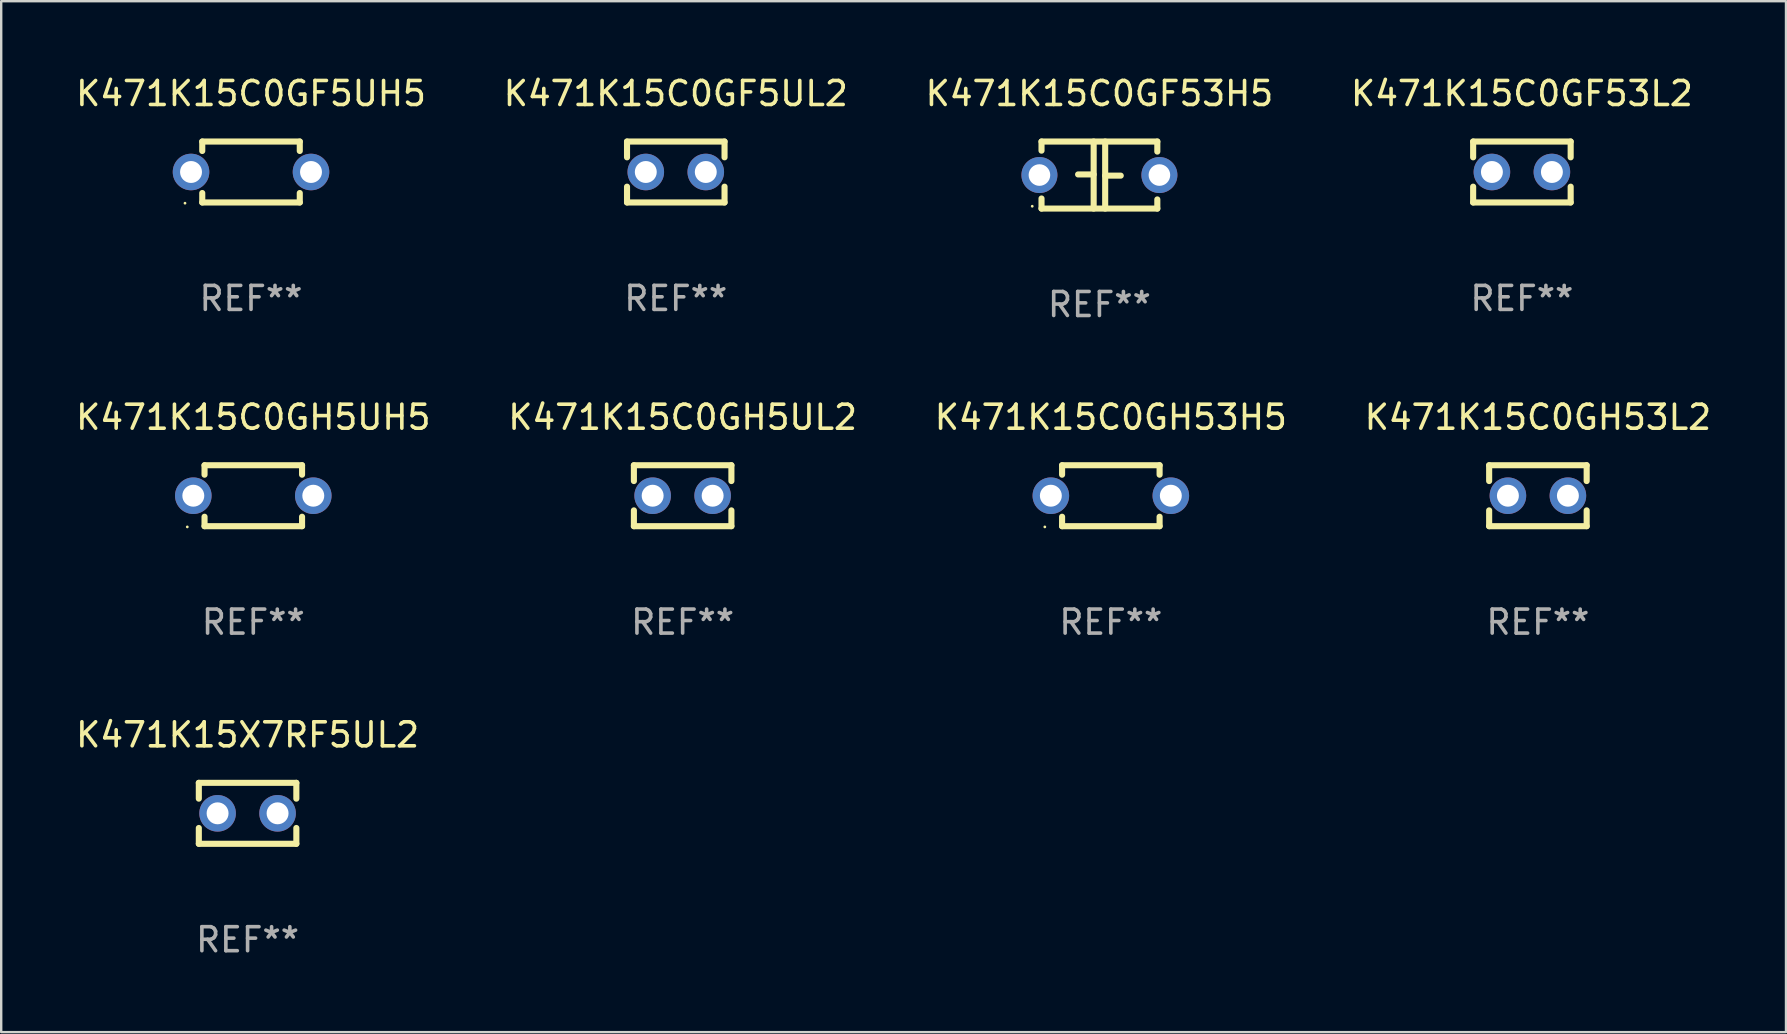
<source format=kicad_pcb>
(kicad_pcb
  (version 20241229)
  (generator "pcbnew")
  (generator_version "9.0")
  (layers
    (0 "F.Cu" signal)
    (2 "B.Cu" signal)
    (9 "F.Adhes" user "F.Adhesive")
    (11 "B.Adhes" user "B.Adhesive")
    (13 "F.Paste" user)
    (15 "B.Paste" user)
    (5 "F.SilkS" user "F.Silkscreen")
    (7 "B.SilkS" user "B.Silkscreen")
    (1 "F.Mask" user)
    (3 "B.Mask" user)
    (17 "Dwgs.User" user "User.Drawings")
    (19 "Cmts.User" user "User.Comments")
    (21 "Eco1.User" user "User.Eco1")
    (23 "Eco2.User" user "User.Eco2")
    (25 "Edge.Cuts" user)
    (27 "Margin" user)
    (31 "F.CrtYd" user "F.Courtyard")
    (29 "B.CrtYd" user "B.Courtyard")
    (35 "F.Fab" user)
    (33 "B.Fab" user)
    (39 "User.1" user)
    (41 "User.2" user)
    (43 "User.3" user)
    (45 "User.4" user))
  (footprint "K471K15C0GF53L2"
    (layer "F.Cu")
    (at 60.375 4.118)
    (property "Reference" "K471K15C0GF53L2" (at 0 -3.27 0) (layer "F.SilkS") (effects (font (size 1 1) (thickness 0.15))))
    (attr through_hole)
    (fp_line (start -2.032 -1.27) (end -2.032 -0.611) (stroke (width 0.254) (type solid)) (layer "F.SilkS"))
    (fp_line (start -2.032 0.611) (end -2.032 1.27) (stroke (width 0.254) (type solid)) (layer "F.SilkS"))
    (fp_line (start -2.032 1.27) (end 2.032 1.27) (stroke (width 0.254) (type solid)) (layer "F.SilkS"))
    (fp_line (start 2.032 -1.27) (end -2.032 -1.27) (stroke (width 0.254) (type solid)) (layer "F.SilkS"))
    (fp_line (start 2.032 -0.611) (end 2.032 -1.27) (stroke (width 0.254) (type solid)) (layer "F.SilkS"))
    (fp_line (start 2.032 1.27) (end 2.032 0.611) (stroke (width 0.254) (type solid)) (layer "F.SilkS"))
    (fp_circle (center -2 1.3) (end -1.97 1.3) (stroke (width 0.06) (type solid)) (fill no) (layer "F.SilkS"))
    (fp_text user "REF**" (at 0 5.27 0) (layer "F.Fab") (effects (font (size 1 1) (thickness 0.15))))
    (pad "1" thru_hole circle (at -1.25 0) (size 1.524 1.524) (drill 0.914) (layers "*.Cu" "*.Mask"))
    (pad "2" thru_hole circle (at 1.25 0) (size 1.524 1.524) (drill 0.914) (layers "*.Cu" "*.Mask")))
  (footprint "K471K15C0GF5UH5"
    (layer "F.Cu")
    (at 7.411 4.118)
    (property "Reference" "K471K15C0GF5UH5" (at 0 -3.27 0) (layer "F.SilkS") (effects (font (size 1 1) (thickness 0.15))))
    (attr through_hole)
    (fp_line (start -2.032 -1.27) (end -2.032 -0.876) (stroke (width 0.254) (type solid)) (layer "F.SilkS"))
    (fp_line (start -2.032 0.876) (end -2.032 1.27) (stroke (width 0.254) (type solid)) (layer "F.SilkS"))
    (fp_line (start -2.032 1.27) (end 2.032 1.27) (stroke (width 0.254) (type solid)) (layer "F.SilkS"))
    (fp_line (start 2.032 -1.27) (end -2.032 -1.27) (stroke (width 0.254) (type solid)) (layer "F.SilkS"))
    (fp_line (start 2.032 -0.876) (end 2.032 -1.27) (stroke (width 0.254) (type solid)) (layer "F.SilkS"))
    (fp_line (start 2.032 1.27) (end 2.032 0.876) (stroke (width 0.254) (type solid)) (layer "F.SilkS"))
    (fp_circle (center -2.751 1.3) (end -2.721 1.3) (stroke (width 0.06) (type solid)) (fill no) (layer "F.SilkS"))
    (fp_text user "REF**" (at 0 5.27 0) (layer "F.Fab") (effects (font (size 1 1) (thickness 0.15))))
    (pad "1" thru_hole circle (at -2.5 0) (size 1.524 1.524) (drill 0.914) (layers "*.Cu" "*.Mask"))
    (pad "2" thru_hole circle (at 2.5 0) (size 1.524 1.524) (drill 0.914) (layers "*.Cu" "*.Mask")))
  (footprint "K471K15C0GH53L2"
    (layer "F.Cu")
    (at 61.042 17.609)
    (property "Reference" "K471K15C0GH53L2" (at 0 -3.27 0) (layer "F.SilkS") (effects (font (size 1 1) (thickness 0.15))))
    (attr through_hole)
    (fp_line (start -2.032 -1.27) (end -2.032 -0.611) (stroke (width 0.254) (type solid)) (layer "F.SilkS"))
    (fp_line (start -2.032 0.611) (end -2.032 1.27) (stroke (width 0.254) (type solid)) (layer "F.SilkS"))
    (fp_line (start -2.032 1.27) (end 2.032 1.27) (stroke (width 0.254) (type solid)) (layer "F.SilkS"))
    (fp_line (start 2.032 -1.27) (end -2.032 -1.27) (stroke (width 0.254) (type solid)) (layer "F.SilkS"))
    (fp_line (start 2.032 -0.611) (end 2.032 -1.27) (stroke (width 0.254) (type solid)) (layer "F.SilkS"))
    (fp_line (start 2.032 1.27) (end 2.032 0.611) (stroke (width 0.254) (type solid)) (layer "F.SilkS"))
    (fp_circle (center -2 1.3) (end -1.97 1.3) (stroke (width 0.06) (type solid)) (fill no) (layer "F.SilkS"))
    (fp_text user "REF**" (at 0 5.27 0) (layer "F.Fab") (effects (font (size 1 1) (thickness 0.15))))
    (pad "1" thru_hole circle (at -1.25 0) (size 1.524 1.524) (drill 0.914) (layers "*.Cu" "*.Mask"))
    (pad "2" thru_hole circle (at 1.25 0) (size 1.524 1.524) (drill 0.914) (layers "*.Cu" "*.Mask")))
  (footprint "K471K15C0GF53H5"
    (layer "F.Cu")
    (at 42.768 4.245)
    (property "Reference" "K471K15C0GF53H5" (at 0 -3.397 0) (layer "F.SilkS") (effects (font (size 1 1) (thickness 0.15))))
    (attr through_hole)
    (fp_line (start -2.413 -1.397) (end 2.413 -1.397) (stroke (width 0.254) (type solid)) (layer "F.SilkS"))
    (fp_line (start -2.413 -1.016) (end -2.413 -1.397) (stroke (width 0.254) (type solid)) (layer "F.SilkS"))
    (fp_line (start -2.413 0.977) (end -2.413 1.397) (stroke (width 0.254) (type solid)) (layer "F.SilkS"))
    (fp_line (start -0.24 -0.025) (end -0.889 -0.025) (stroke (width 0.254) (type solid)) (layer "F.SilkS"))
    (fp_line (start -0.24 1.397) (end -0.24 -1.397) (stroke (width 0.254) (type solid)) (layer "F.SilkS"))
    (fp_line (start 0.24 -1.397) (end 0.24 1.397) (stroke (width 0.254) (type solid)) (layer "F.SilkS"))
    (fp_line (start 0.24 0.025) (end 0.889 0.025) (stroke (width 0.254) (type solid)) (layer "F.SilkS"))
    (fp_line (start 2.413 -0.977) (end 2.413 -1.397) (stroke (width 0.254) (type solid)) (layer "F.SilkS"))
    (fp_line (start 2.413 1.016) (end 2.413 1.397) (stroke (width 0.254) (type solid)) (layer "F.SilkS"))
    (fp_line (start 2.413 1.397) (end -2.413 1.397) (stroke (width 0.254) (type solid)) (layer "F.SilkS"))
    (fp_circle (center -2.8 1.3) (end -2.77 1.3) (stroke (width 0.06) (type solid)) (fill no) (layer "F.SilkS"))
    (fp_text user "REF**" (at 0 5.397 0) (layer "F.Fab") (effects (font (size 1 1) (thickness 0.15))))
    (pad "1" thru_hole circle (at -2.5 0) (size 1.5 1.5) (drill 0.9) (layers "*.Cu" "*.Mask"))
    (pad "2" thru_hole circle (at 2.5 0) (size 1.5 1.5) (drill 0.9) (layers "*.Cu" "*.Mask")))
  (footprint "K471K15C0GH5UL2"
    (layer "F.Cu")
    (at 25.399 17.609)
    (property "Reference" "K471K15C0GH5UL2" (at 0 -3.27 0) (layer "F.SilkS") (effects (font (size 1 1) (thickness 0.15))))
    (attr through_hole)
    (fp_line (start -2.032 -1.27) (end -2.032 -0.611) (stroke (width 0.254) (type solid)) (layer "F.SilkS"))
    (fp_line (start -2.032 0.611) (end -2.032 1.27) (stroke (width 0.254) (type solid)) (layer "F.SilkS"))
    (fp_line (start -2.032 1.27) (end 2.032 1.27) (stroke (width 0.254) (type solid)) (layer "F.SilkS"))
    (fp_line (start 2.032 -1.27) (end -2.032 -1.27) (stroke (width 0.254) (type solid)) (layer "F.SilkS"))
    (fp_line (start 2.032 -0.611) (end 2.032 -1.27) (stroke (width 0.254) (type solid)) (layer "F.SilkS"))
    (fp_line (start 2.032 1.27) (end 2.032 0.611) (stroke (width 0.254) (type solid)) (layer "F.SilkS"))
    (fp_circle (center -2 1.3) (end -1.97 1.3) (stroke (width 0.06) (type solid)) (fill no) (layer "F.SilkS"))
    (fp_text user "REF**" (at 0 5.27 0) (layer "F.Fab") (effects (font (size 1 1) (thickness 0.15))))
    (pad "1" thru_hole circle (at -1.25 0) (size 1.524 1.524) (drill 0.914) (layers "*.Cu" "*.Mask"))
    (pad "2" thru_hole circle (at 1.25 0) (size 1.524 1.524) (drill 0.914) (layers "*.Cu" "*.Mask")))
  (footprint "K471K15C0GF5UL2"
    (layer "F.Cu")
    (at 25.113 4.118)
    (property "Reference" "K471K15C0GF5UL2" (at 0 -3.27 0) (layer "F.SilkS") (effects (font (size 1 1) (thickness 0.15))))
    (attr through_hole)
    (fp_line (start -2.032 -1.27) (end -2.032 -0.611) (stroke (width 0.254) (type solid)) (layer "F.SilkS"))
    (fp_line (start -2.032 0.611) (end -2.032 1.27) (stroke (width 0.254) (type solid)) (layer "F.SilkS"))
    (fp_line (start -2.032 1.27) (end 2.032 1.27) (stroke (width 0.254) (type solid)) (layer "F.SilkS"))
    (fp_line (start 2.032 -1.27) (end -2.032 -1.27) (stroke (width 0.254) (type solid)) (layer "F.SilkS"))
    (fp_line (start 2.032 -0.611) (end 2.032 -1.27) (stroke (width 0.254) (type solid)) (layer "F.SilkS"))
    (fp_line (start 2.032 1.27) (end 2.032 0.611) (stroke (width 0.254) (type solid)) (layer "F.SilkS"))
    (fp_circle (center -2 1.3) (end -1.97 1.3) (stroke (width 0.06) (type solid)) (fill no) (layer "F.SilkS"))
    (fp_text user "REF**" (at 0 5.27 0) (layer "F.Fab") (effects (font (size 1 1) (thickness 0.15))))
    (pad "1" thru_hole circle (at -1.25 0) (size 1.524 1.524) (drill 0.914) (layers "*.Cu" "*.Mask"))
    (pad "2" thru_hole circle (at 1.25 0) (size 1.524 1.524) (drill 0.914) (layers "*.Cu" "*.Mask")))
  (footprint "K471K15C0GH5UH5"
    (layer "F.Cu")
    (at 7.506 17.609)
    (property "Reference" "K471K15C0GH5UH5" (at 0 -3.27 0) (layer "F.SilkS") (effects (font (size 1 1) (thickness 0.15))))
    (attr through_hole)
    (fp_line (start -2.032 -1.27) (end -2.032 -0.876) (stroke (width 0.254) (type solid)) (layer "F.SilkS"))
    (fp_line (start -2.032 0.876) (end -2.032 1.27) (stroke (width 0.254) (type solid)) (layer "F.SilkS"))
    (fp_line (start -2.032 1.27) (end 2.032 1.27) (stroke (width 0.254) (type solid)) (layer "F.SilkS"))
    (fp_line (start 2.032 -1.27) (end -2.032 -1.27) (stroke (width 0.254) (type solid)) (layer "F.SilkS"))
    (fp_line (start 2.032 -0.876) (end 2.032 -1.27) (stroke (width 0.254) (type solid)) (layer "F.SilkS"))
    (fp_line (start 2.032 1.27) (end 2.032 0.876) (stroke (width 0.254) (type solid)) (layer "F.SilkS"))
    (fp_circle (center -2.751 1.3) (end -2.721 1.3) (stroke (width 0.06) (type solid)) (fill no) (layer "F.SilkS"))
    (fp_text user "REF**" (at 0 5.27 0) (layer "F.Fab") (effects (font (size 1 1) (thickness 0.15))))
    (pad "1" thru_hole circle (at -2.5 0) (size 1.524 1.524) (drill 0.914) (layers "*.Cu" "*.Mask"))
    (pad "2" thru_hole circle (at 2.5 0) (size 1.524 1.524) (drill 0.914) (layers "*.Cu" "*.Mask")))
  (footprint "K471K15X7RF5UL2"
    (layer "F.Cu")
    (at 7.268 30.845)
    (property "Reference" "K471K15X7RF5UL2" (at 0 -3.27 0) (layer "F.SilkS") (effects (font (size 1 1) (thickness 0.15))))
    (attr through_hole)
    (fp_line (start -2.032 -1.27) (end -2.032 -0.611) (stroke (width 0.254) (type solid)) (layer "F.SilkS"))
    (fp_line (start -2.032 0.611) (end -2.032 1.27) (stroke (width 0.254) (type solid)) (layer "F.SilkS"))
    (fp_line (start -2.032 1.27) (end 2.032 1.27) (stroke (width 0.254) (type solid)) (layer "F.SilkS"))
    (fp_line (start 2.032 -1.27) (end -2.032 -1.27) (stroke (width 0.254) (type solid)) (layer "F.SilkS"))
    (fp_line (start 2.032 -0.611) (end 2.032 -1.27) (stroke (width 0.254) (type solid)) (layer "F.SilkS"))
    (fp_line (start 2.032 1.27) (end 2.032 0.611) (stroke (width 0.254) (type solid)) (layer "F.SilkS"))
    (fp_circle (center -2 1.3) (end -1.97 1.3) (stroke (width 0.06) (type solid)) (fill no) (layer "F.SilkS"))
    (fp_text user "REF**" (at 0 5.27 0) (layer "F.Fab") (effects (font (size 1 1) (thickness 0.15))))
    (pad "1" thru_hole circle (at -1.25 0) (size 1.524 1.524) (drill 0.914) (layers "*.Cu" "*.Mask"))
    (pad "2" thru_hole circle (at 1.25 0) (size 1.524 1.524) (drill 0.914) (layers "*.Cu" "*.Mask")))
  (footprint "K471K15C0GH53H5"
    (layer "F.Cu")
    (at 43.244 17.609)
    (property "Reference" "K471K15C0GH53H5" (at 0 -3.27 0) (layer "F.SilkS") (effects (font (size 1 1) (thickness 0.15))))
    (attr through_hole)
    (fp_line (start -2.032 -1.27) (end -2.032 -0.876) (stroke (width 0.254) (type solid)) (layer "F.SilkS"))
    (fp_line (start -2.032 0.876) (end -2.032 1.27) (stroke (width 0.254) (type solid)) (layer "F.SilkS"))
    (fp_line (start -2.032 1.27) (end 2.032 1.27) (stroke (width 0.254) (type solid)) (layer "F.SilkS"))
    (fp_line (start 2.032 -1.27) (end -2.032 -1.27) (stroke (width 0.254) (type solid)) (layer "F.SilkS"))
    (fp_line (start 2.032 -0.876) (end 2.032 -1.27) (stroke (width 0.254) (type solid)) (layer "F.SilkS"))
    (fp_line (start 2.032 1.27) (end 2.032 0.876) (stroke (width 0.254) (type solid)) (layer "F.SilkS"))
    (fp_circle (center -2.751 1.3) (end -2.721 1.3) (stroke (width 0.06) (type solid)) (fill no) (layer "F.SilkS"))
    (fp_text user "REF**" (at 0 5.27 0) (layer "F.Fab") (effects (font (size 1 1) (thickness 0.15))))
    (pad "1" thru_hole circle (at -2.5 0) (size 1.524 1.524) (drill 0.914) (layers "*.Cu" "*.Mask"))
    (pad "2" thru_hole circle (at 2.5 0) (size 1.524 1.524) (drill 0.914) (layers "*.Cu" "*.Mask")))
  (gr_rect
    (start -3 -3)
    (end 71.381 39.964)
    (stroke (width 0.1) (type default))
    (fill no)
    (layer "Edge.Cuts")))
</source>
